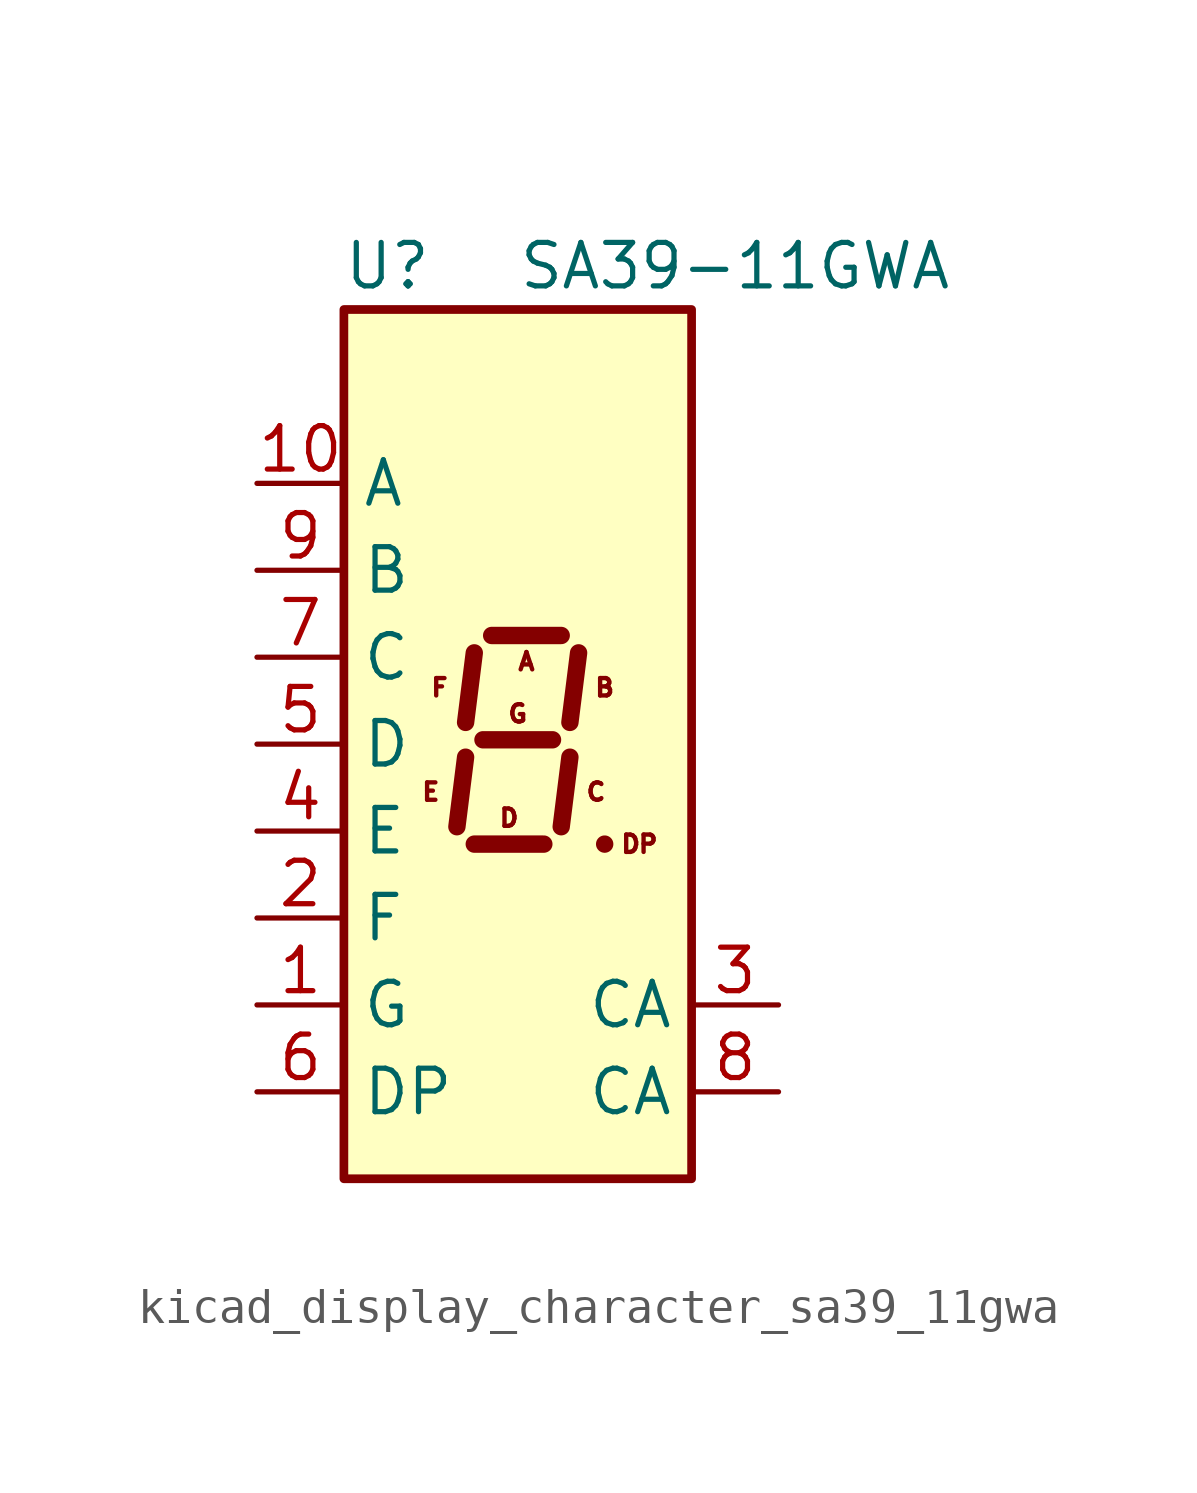
<source format=kicad_sym>
(kicad_symbol_lib
  (version 20220914)
  (generator kicad_symbol_editor)
  (symbol "kicad_display_character_sa39_11gwa"
    (property "Reference" "U"
      (at -3.81 13.97 0)
      (effects (font (size 1.27 1.27))))
    (property "Value" "SA39-11GWA"
      (at 6.35 13.97 0)
      (effects (font (size 1.27 1.27))))
    (symbol "kicad_display_character_sa39_11gwa_1_0"
      (text "A" (at 0.254 2.413 0) (effects (font (size 0.508 0.508))))
      (text "B" (at 2.54 1.651 0) (effects (font (size 0.508 0.508))))
      (text "C" (at 2.286 -1.397 0) (effects (font (size 0.508 0.508))))
      (text "D" (at -0.254 -2.159 0) (effects (font (size 0.508 0.508))))
      (text "DP" (at 3.556 -2.921 0) (effects (font (size 0.508 0.508))))
      (text "E" (at -2.54 -1.397 0) (effects (font (size 0.508 0.508))))
      (text "F" (at -2.286 1.651 0) (effects (font (size 0.508 0.508))))
      (text "G" (at 0 0.889 0) (effects (font (size 0.508 0.508)))))
    (symbol "kicad_display_character_sa39_11gwa_1_1"
      (rectangle (start -5.08 12.7) (end 5.08 -12.7) (stroke (width 0.254) (type default)) (fill (type background)))
      (polyline (pts (xy -1.524 -0.381) (xy -1.778 -2.413)) (stroke (width 0.508) (type default)) (fill (type none)))
      (polyline (pts (xy -1.27 -2.921) (xy 0.762 -2.921)) (stroke (width 0.508) (type default)) (fill (type none)))
      (polyline (pts (xy -1.27 2.667) (xy -1.524 0.635)) (stroke (width 0.508) (type default)) (fill (type none)))
      (polyline (pts (xy -1.016 0.127) (xy 1.016 0.127)) (stroke (width 0.508) (type default)) (fill (type none)))
      (polyline (pts (xy -0.762 3.175) (xy 1.27 3.175)) (stroke (width 0.508) (type default)) (fill (type none)))
      (polyline (pts (xy 1.524 -0.381) (xy 1.27 -2.413)) (stroke (width 0.508) (type default)) (fill (type none)))
      (polyline (pts (xy 1.778 2.667) (xy 1.524 0.635)) (stroke (width 0.508) (type default)) (fill (type none)))
      (polyline (pts (xy 2.54 -2.921) (xy 2.54 -2.921)) (stroke (width 0.508) (type default)) (fill (type none)))
      (pin input line (at -7.62 -7.62 0) (length 2.54) (name "G" (effects (font (size 1.27 1.27)))) (number "1" (effects (font (size 1.27 1.27)))))
      (pin input line (at -7.62 7.62 0) (length 2.54) (name "A" (effects (font (size 1.27 1.27)))) (number "10" (effects (font (size 1.27 1.27)))))
      (pin input line (at -7.62 -5.08 0) (length 2.54) (name "F" (effects (font (size 1.27 1.27)))) (number "2" (effects (font (size 1.27 1.27)))))
      (pin input line (at 7.62 -7.62 180) (length 2.54) (name "CA" (effects (font (size 1.27 1.27)))) (number "3" (effects (font (size 1.27 1.27)))))
      (pin input line (at -7.62 -2.54 0) (length 2.54) (name "E" (effects (font (size 1.27 1.27)))) (number "4" (effects (font (size 1.27 1.27)))))
      (pin input line (at -7.62 0 0) (length 2.54) (name "D" (effects (font (size 1.27 1.27)))) (number "5" (effects (font (size 1.27 1.27)))))
      (pin input line (at -7.62 -10.16 0) (length 2.54) (name "DP" (effects (font (size 1.27 1.27)))) (number "6" (effects (font (size 1.27 1.27)))))
      (pin input line (at -7.62 2.54 0) (length 2.54) (name "C" (effects (font (size 1.27 1.27)))) (number "7" (effects (font (size 1.27 1.27)))))
      (pin input line (at 7.62 -10.16 180) (length 2.54) (name "CA" (effects (font (size 1.27 1.27)))) (number "8" (effects (font (size 1.27 1.27)))))
      (pin input line (at -7.62 5.08 0) (length 2.54) (name "B" (effects (font (size 1.27 1.27)))) (number "9" (effects (font (size 1.27 1.27))))))))
</source>
